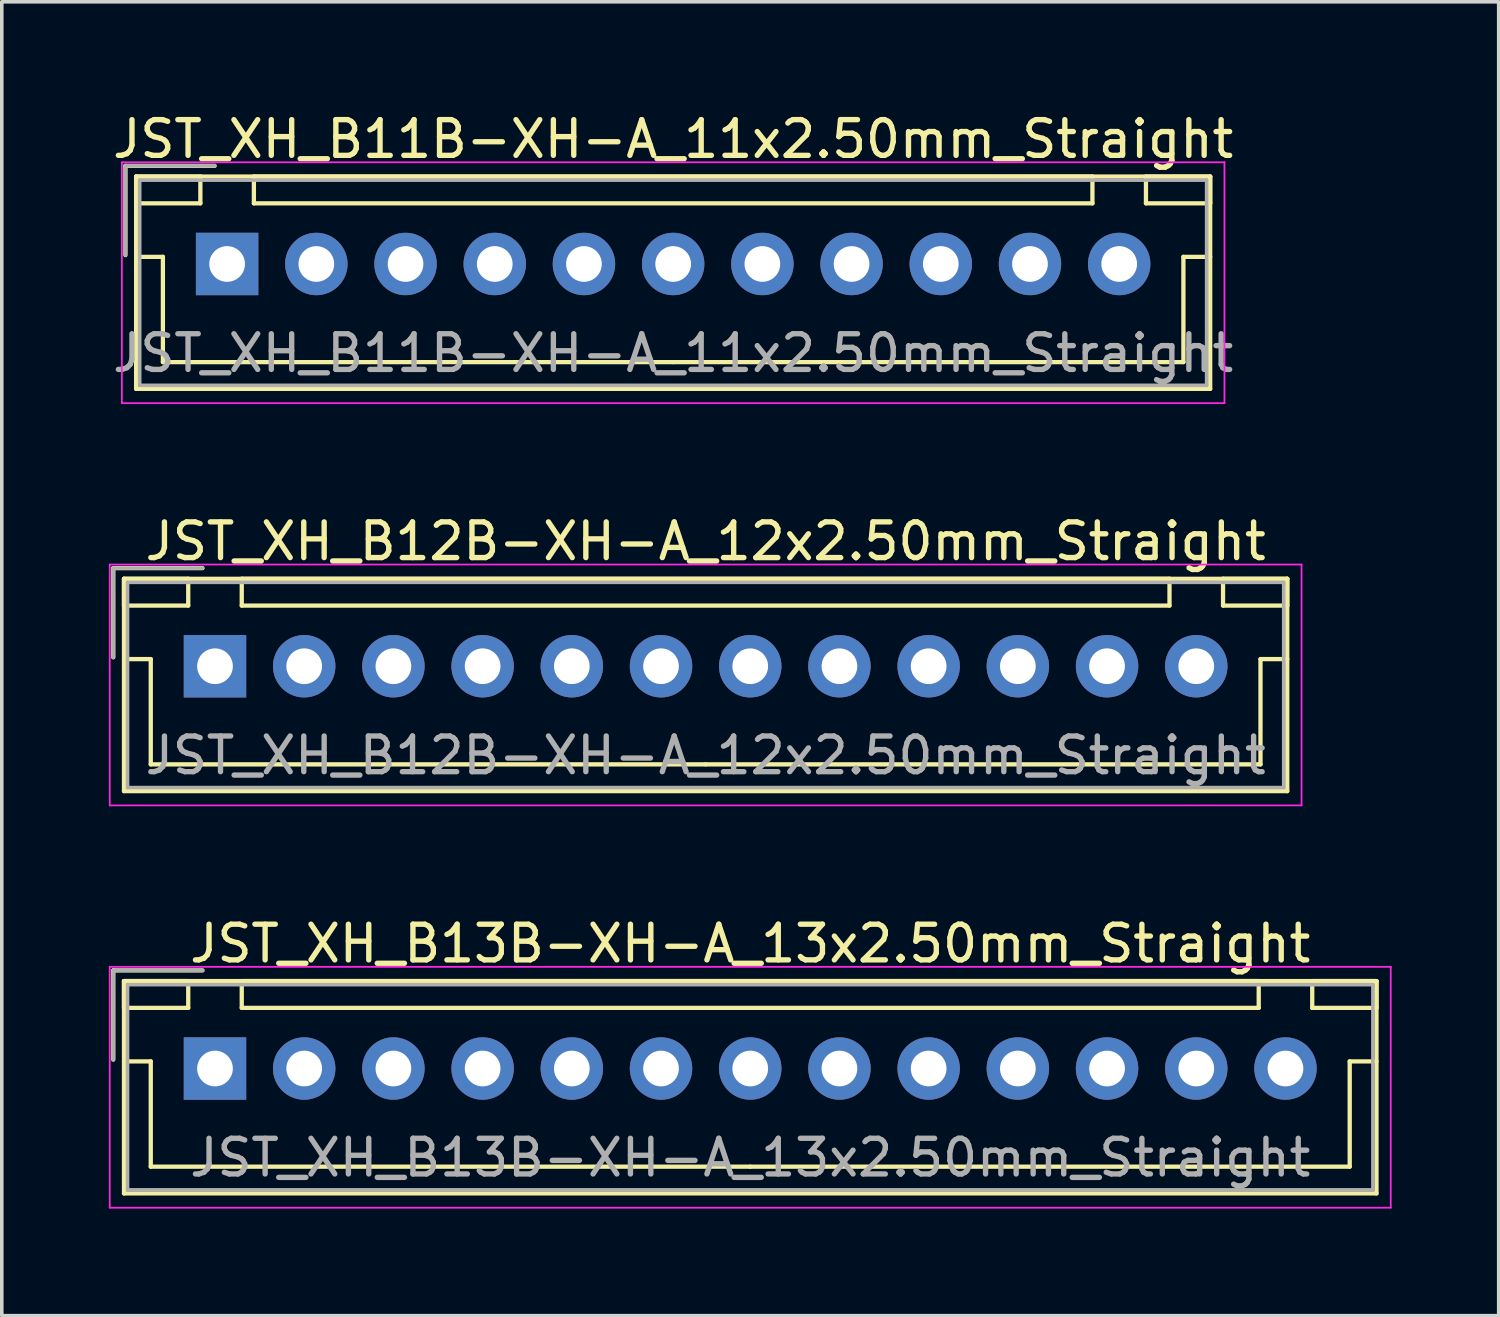
<source format=kicad_pcb>
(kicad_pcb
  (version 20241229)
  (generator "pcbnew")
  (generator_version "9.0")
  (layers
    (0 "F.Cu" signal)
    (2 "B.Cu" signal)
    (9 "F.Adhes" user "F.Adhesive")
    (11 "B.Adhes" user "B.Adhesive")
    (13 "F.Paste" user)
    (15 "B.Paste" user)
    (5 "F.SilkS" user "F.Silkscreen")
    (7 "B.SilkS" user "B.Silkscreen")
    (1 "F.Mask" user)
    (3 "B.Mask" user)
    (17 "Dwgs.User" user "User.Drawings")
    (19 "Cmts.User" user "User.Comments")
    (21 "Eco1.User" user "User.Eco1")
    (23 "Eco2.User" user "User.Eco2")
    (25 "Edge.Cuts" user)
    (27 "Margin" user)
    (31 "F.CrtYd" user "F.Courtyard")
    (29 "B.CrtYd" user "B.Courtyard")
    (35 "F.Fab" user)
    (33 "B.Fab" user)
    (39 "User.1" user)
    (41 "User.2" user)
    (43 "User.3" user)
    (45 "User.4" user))
  (footprint "JST_XH_B12B-XH-A_12x2.50mm_Straight"
    (layer "F.Cu")
    (at 2.975 15.621)
    (property "Reference" "JST_XH_B12B-XH-A_12x2.50mm_Straight" (at 13.75 -3.5 0) (layer "F.SilkS") (effects (font (size 1 1) (thickness 0.15))))
    (attr through_hole)
    (fp_line (start -2.85 -2.75) (end -2.85 -0.25) (stroke (width 0.12) (type solid)) (layer "F.SilkS"))
    (fp_line (start -2.55 -2.45) (end -2.55 -1.7) (stroke (width 0.12) (type solid)) (layer "F.SilkS"))
    (fp_line (start -2.55 -2.45) (end -2.55 3.5) (stroke (width 0.12) (type solid)) (layer "F.SilkS"))
    (fp_line (start -2.55 -1.7) (end -0.75 -1.7) (stroke (width 0.12) (type solid)) (layer "F.SilkS"))
    (fp_line (start -2.55 -0.2) (end -1.8 -0.2) (stroke (width 0.12) (type solid)) (layer "F.SilkS"))
    (fp_line (start -2.55 3.5) (end 30.05 3.5) (stroke (width 0.12) (type solid)) (layer "F.SilkS"))
    (fp_line (start -1.8 -0.2) (end -1.8 2.75) (stroke (width 0.12) (type solid)) (layer "F.SilkS"))
    (fp_line (start -1.8 2.75) (end 13.75 2.75) (stroke (width 0.12) (type solid)) (layer "F.SilkS"))
    (fp_line (start -0.75 -2.45) (end -2.55 -2.45) (stroke (width 0.12) (type solid)) (layer "F.SilkS"))
    (fp_line (start -0.75 -1.7) (end -0.75 -2.45) (stroke (width 0.12) (type solid)) (layer "F.SilkS"))
    (fp_line (start -0.35 -2.75) (end -2.85 -2.75) (stroke (width 0.12) (type solid)) (layer "F.SilkS"))
    (fp_line (start 0.75 -2.45) (end 0.75 -1.7) (stroke (width 0.12) (type solid)) (layer "F.SilkS"))
    (fp_line (start 0.75 -1.7) (end 26.75 -1.7) (stroke (width 0.12) (type solid)) (layer "F.SilkS"))
    (fp_line (start 26.75 -2.45) (end 0.75 -2.45) (stroke (width 0.12) (type solid)) (layer "F.SilkS"))
    (fp_line (start 26.75 -1.7) (end 26.75 -2.45) (stroke (width 0.12) (type solid)) (layer "F.SilkS"))
    (fp_line (start 28.25 -2.45) (end 28.25 -1.7) (stroke (width 0.12) (type solid)) (layer "F.SilkS"))
    (fp_line (start 28.25 -1.7) (end 30.05 -1.7) (stroke (width 0.12) (type solid)) (layer "F.SilkS"))
    (fp_line (start 29.3 -0.2) (end 29.3 2.75) (stroke (width 0.12) (type solid)) (layer "F.SilkS"))
    (fp_line (start 29.3 2.75) (end 13.75 2.75) (stroke (width 0.12) (type solid)) (layer "F.SilkS"))
    (fp_line (start 30.05 -2.45) (end -2.55 -2.45) (stroke (width 0.12) (type solid)) (layer "F.SilkS"))
    (fp_line (start 30.05 -2.45) (end 28.25 -2.45) (stroke (width 0.12) (type solid)) (layer "F.SilkS"))
    (fp_line (start 30.05 -1.7) (end 30.05 -2.45) (stroke (width 0.12) (type solid)) (layer "F.SilkS"))
    (fp_line (start 30.05 -0.2) (end 29.3 -0.2) (stroke (width 0.12) (type solid)) (layer "F.SilkS"))
    (fp_line (start 30.05 3.5) (end 30.05 -2.45) (stroke (width 0.12) (type solid)) (layer "F.SilkS"))
    (fp_line (start -2.95 -2.85) (end -2.95 3.9) (stroke (width 0.05) (type solid)) (layer "F.CrtYd"))
    (fp_line (start -2.95 3.9) (end 30.45 3.9) (stroke (width 0.05) (type solid)) (layer "F.CrtYd"))
    (fp_line (start 30.45 -2.85) (end -2.95 -2.85) (stroke (width 0.05) (type solid)) (layer "F.CrtYd"))
    (fp_line (start 30.45 3.9) (end 30.45 -2.85) (stroke (width 0.05) (type solid)) (layer "F.CrtYd"))
    (fp_line (start -2.85 -2.75) (end -2.85 -0.25) (stroke (width 0.1) (type solid)) (layer "F.Fab"))
    (fp_line (start -2.45 -2.35) (end -2.45 3.4) (stroke (width 0.1) (type solid)) (layer "F.Fab"))
    (fp_line (start -2.45 3.4) (end 29.95 3.4) (stroke (width 0.1) (type solid)) (layer "F.Fab"))
    (fp_line (start -0.35 -2.75) (end -2.85 -2.75) (stroke (width 0.1) (type solid)) (layer "F.Fab"))
    (fp_line (start 29.95 -2.35) (end -2.45 -2.35) (stroke (width 0.1) (type solid)) (layer "F.Fab"))
    (fp_line (start 29.95 3.4) (end 29.95 -2.35) (stroke (width 0.1) (type solid)) (layer "F.Fab"))
    (fp_text user "${REFERENCE}" (at 13.75 2.5 0) (layer "F.Fab") (effects (font (size 1 1) (thickness 0.15))))
    (pad "1" thru_hole rect (at 0 0) (size 1.75 1.75) (drill 1) (layers "*.Cu" "*.Mask"))
    (pad "2" thru_hole circle (at 2.5 0) (size 1.75 1.75) (drill 1) (layers "*.Cu" "*.Mask"))
    (pad "3" thru_hole circle (at 5 0) (size 1.75 1.75) (drill 1) (layers "*.Cu" "*.Mask"))
    (pad "4" thru_hole circle (at 7.5 0) (size 1.75 1.75) (drill 1) (layers "*.Cu" "*.Mask"))
    (pad "5" thru_hole circle (at 10 0) (size 1.75 1.75) (drill 1) (layers "*.Cu" "*.Mask"))
    (pad "6" thru_hole circle (at 12.5 0) (size 1.75 1.75) (drill 1) (layers "*.Cu" "*.Mask"))
    (pad "7" thru_hole circle (at 15 0) (size 1.75 1.75) (drill 1) (layers "*.Cu" "*.Mask"))
    (pad "8" thru_hole circle (at 17.5 0) (size 1.75 1.75) (drill 1) (layers "*.Cu" "*.Mask"))
    (pad "9" thru_hole circle (at 20 0) (size 1.75 1.75) (drill 1) (layers "*.Cu" "*.Mask"))
    (pad "10" thru_hole circle (at 22.5 0) (size 1.75 1.75) (drill 1) (layers "*.Cu" "*.Mask"))
    (pad "11" thru_hole circle (at 25 0) (size 1.75 1.75) (drill 1) (layers "*.Cu" "*.Mask"))
    (pad "12" thru_hole circle (at 27.5 0) (size 1.75 1.75) (drill 1) (layers "*.Cu" "*.Mask")))
  (footprint "JST_XH_B13B-XH-A_13x2.50mm_Straight"
    (layer "F.Cu")
    (at 2.975 26.895)
    (property "Reference" "JST_XH_B13B-XH-A_13x2.50mm_Straight" (at 15 -3.5 0) (layer "F.SilkS") (effects (font (size 1 1) (thickness 0.15))))
    (attr through_hole)
    (fp_line (start -2.85 -2.75) (end -2.85 -0.25) (stroke (width 0.12) (type solid)) (layer "F.SilkS"))
    (fp_line (start -2.55 -2.45) (end -2.55 -1.7) (stroke (width 0.12) (type solid)) (layer "F.SilkS"))
    (fp_line (start -2.55 -2.45) (end -2.55 3.5) (stroke (width 0.12) (type solid)) (layer "F.SilkS"))
    (fp_line (start -2.55 -1.7) (end -0.75 -1.7) (stroke (width 0.12) (type solid)) (layer "F.SilkS"))
    (fp_line (start -2.55 -0.2) (end -1.8 -0.2) (stroke (width 0.12) (type solid)) (layer "F.SilkS"))
    (fp_line (start -2.55 3.5) (end 32.55 3.5) (stroke (width 0.12) (type solid)) (layer "F.SilkS"))
    (fp_line (start -1.8 -0.2) (end -1.8 2.75) (stroke (width 0.12) (type solid)) (layer "F.SilkS"))
    (fp_line (start -1.8 2.75) (end 15 2.75) (stroke (width 0.12) (type solid)) (layer "F.SilkS"))
    (fp_line (start -0.75 -2.45) (end -2.55 -2.45) (stroke (width 0.12) (type solid)) (layer "F.SilkS"))
    (fp_line (start -0.75 -1.7) (end -0.75 -2.45) (stroke (width 0.12) (type solid)) (layer "F.SilkS"))
    (fp_line (start -0.35 -2.75) (end -2.85 -2.75) (stroke (width 0.12) (type solid)) (layer "F.SilkS"))
    (fp_line (start 0.75 -2.45) (end 0.75 -1.7) (stroke (width 0.12) (type solid)) (layer "F.SilkS"))
    (fp_line (start 0.75 -1.7) (end 29.25 -1.7) (stroke (width 0.12) (type solid)) (layer "F.SilkS"))
    (fp_line (start 29.25 -2.45) (end 0.75 -2.45) (stroke (width 0.12) (type solid)) (layer "F.SilkS"))
    (fp_line (start 29.25 -1.7) (end 29.25 -2.45) (stroke (width 0.12) (type solid)) (layer "F.SilkS"))
    (fp_line (start 30.75 -2.45) (end 30.75 -1.7) (stroke (width 0.12) (type solid)) (layer "F.SilkS"))
    (fp_line (start 30.75 -1.7) (end 32.55 -1.7) (stroke (width 0.12) (type solid)) (layer "F.SilkS"))
    (fp_line (start 31.8 -0.2) (end 31.8 2.75) (stroke (width 0.12) (type solid)) (layer "F.SilkS"))
    (fp_line (start 31.8 2.75) (end 15 2.75) (stroke (width 0.12) (type solid)) (layer "F.SilkS"))
    (fp_line (start 32.55 -2.45) (end -2.55 -2.45) (stroke (width 0.12) (type solid)) (layer "F.SilkS"))
    (fp_line (start 32.55 -2.45) (end 30.75 -2.45) (stroke (width 0.12) (type solid)) (layer "F.SilkS"))
    (fp_line (start 32.55 -1.7) (end 32.55 -2.45) (stroke (width 0.12) (type solid)) (layer "F.SilkS"))
    (fp_line (start 32.55 -0.2) (end 31.8 -0.2) (stroke (width 0.12) (type solid)) (layer "F.SilkS"))
    (fp_line (start 32.55 3.5) (end 32.55 -2.45) (stroke (width 0.12) (type solid)) (layer "F.SilkS"))
    (fp_line (start -2.95 -2.85) (end -2.95 3.9) (stroke (width 0.05) (type solid)) (layer "F.CrtYd"))
    (fp_line (start -2.95 3.9) (end 32.95 3.9) (stroke (width 0.05) (type solid)) (layer "F.CrtYd"))
    (fp_line (start 32.95 -2.85) (end -2.95 -2.85) (stroke (width 0.05) (type solid)) (layer "F.CrtYd"))
    (fp_line (start 32.95 3.9) (end 32.95 -2.85) (stroke (width 0.05) (type solid)) (layer "F.CrtYd"))
    (fp_line (start -2.85 -2.75) (end -2.85 -0.25) (stroke (width 0.1) (type solid)) (layer "F.Fab"))
    (fp_line (start -2.45 -2.35) (end -2.45 3.4) (stroke (width 0.1) (type solid)) (layer "F.Fab"))
    (fp_line (start -2.45 3.4) (end 32.45 3.4) (stroke (width 0.1) (type solid)) (layer "F.Fab"))
    (fp_line (start -0.35 -2.75) (end -2.85 -2.75) (stroke (width 0.1) (type solid)) (layer "F.Fab"))
    (fp_line (start 32.45 -2.35) (end -2.45 -2.35) (stroke (width 0.1) (type solid)) (layer "F.Fab"))
    (fp_line (start 32.45 3.4) (end 32.45 -2.35) (stroke (width 0.1) (type solid)) (layer "F.Fab"))
    (fp_text user "${REFERENCE}" (at 15 2.5 0) (layer "F.Fab") (effects (font (size 1 1) (thickness 0.15))))
    (pad "1" thru_hole rect (at 0 0) (size 1.75 1.75) (drill 1) (layers "*.Cu" "*.Mask"))
    (pad "2" thru_hole circle (at 2.5 0) (size 1.75 1.75) (drill 1) (layers "*.Cu" "*.Mask"))
    (pad "3" thru_hole circle (at 5 0) (size 1.75 1.75) (drill 1) (layers "*.Cu" "*.Mask"))
    (pad "4" thru_hole circle (at 7.5 0) (size 1.75 1.75) (drill 1) (layers "*.Cu" "*.Mask"))
    (pad "5" thru_hole circle (at 10 0) (size 1.75 1.75) (drill 1) (layers "*.Cu" "*.Mask"))
    (pad "6" thru_hole circle (at 12.5 0) (size 1.75 1.75) (drill 1) (layers "*.Cu" "*.Mask"))
    (pad "7" thru_hole circle (at 15 0) (size 1.75 1.75) (drill 1) (layers "*.Cu" "*.Mask"))
    (pad "8" thru_hole circle (at 17.5 0) (size 1.75 1.75) (drill 1) (layers "*.Cu" "*.Mask"))
    (pad "9" thru_hole circle (at 20 0) (size 1.75 1.75) (drill 1) (layers "*.Cu" "*.Mask"))
    (pad "10" thru_hole circle (at 22.5 0) (size 1.75 1.75) (drill 1) (layers "*.Cu" "*.Mask"))
    (pad "11" thru_hole circle (at 25 0) (size 1.75 1.75) (drill 1) (layers "*.Cu" "*.Mask"))
    (pad "12" thru_hole circle (at 27.5 0) (size 1.75 1.75) (drill 1) (layers "*.Cu" "*.Mask"))
    (pad "13" thru_hole circle (at 30 0) (size 1.75 1.75) (drill 1) (layers "*.Cu" "*.Mask")))
  (footprint "JST_XH_B11B-XH-A_11x2.50mm_Straight"
    (layer "F.Cu")
    (at 3.315 4.348)
    (property "Reference" "JST_XH_B11B-XH-A_11x2.50mm_Straight" (at 12.5 -3.5 0) (layer "F.SilkS") (effects (font (size 1 1) (thickness 0.15))))
    (attr through_hole)
    (fp_line (start -2.85 -2.75) (end -2.85 -0.25) (stroke (width 0.12) (type solid)) (layer "F.SilkS"))
    (fp_line (start -2.55 -2.45) (end -2.55 -1.7) (stroke (width 0.12) (type solid)) (layer "F.SilkS"))
    (fp_line (start -2.55 -2.45) (end -2.55 3.5) (stroke (width 0.12) (type solid)) (layer "F.SilkS"))
    (fp_line (start -2.55 -1.7) (end -0.75 -1.7) (stroke (width 0.12) (type solid)) (layer "F.SilkS"))
    (fp_line (start -2.55 -0.2) (end -1.8 -0.2) (stroke (width 0.12) (type solid)) (layer "F.SilkS"))
    (fp_line (start -2.55 3.5) (end 27.55 3.5) (stroke (width 0.12) (type solid)) (layer "F.SilkS"))
    (fp_line (start -1.8 -0.2) (end -1.8 2.75) (stroke (width 0.12) (type solid)) (layer "F.SilkS"))
    (fp_line (start -1.8 2.75) (end 12.5 2.75) (stroke (width 0.12) (type solid)) (layer "F.SilkS"))
    (fp_line (start -0.75 -2.45) (end -2.55 -2.45) (stroke (width 0.12) (type solid)) (layer "F.SilkS"))
    (fp_line (start -0.75 -1.7) (end -0.75 -2.45) (stroke (width 0.12) (type solid)) (layer "F.SilkS"))
    (fp_line (start -0.35 -2.75) (end -2.85 -2.75) (stroke (width 0.12) (type solid)) (layer "F.SilkS"))
    (fp_line (start 0.75 -2.45) (end 0.75 -1.7) (stroke (width 0.12) (type solid)) (layer "F.SilkS"))
    (fp_line (start 0.75 -1.7) (end 24.25 -1.7) (stroke (width 0.12) (type solid)) (layer "F.SilkS"))
    (fp_line (start 24.25 -2.45) (end 0.75 -2.45) (stroke (width 0.12) (type solid)) (layer "F.SilkS"))
    (fp_line (start 24.25 -1.7) (end 24.25 -2.45) (stroke (width 0.12) (type solid)) (layer "F.SilkS"))
    (fp_line (start 25.75 -2.45) (end 25.75 -1.7) (stroke (width 0.12) (type solid)) (layer "F.SilkS"))
    (fp_line (start 25.75 -1.7) (end 27.55 -1.7) (stroke (width 0.12) (type solid)) (layer "F.SilkS"))
    (fp_line (start 26.8 -0.2) (end 26.8 2.75) (stroke (width 0.12) (type solid)) (layer "F.SilkS"))
    (fp_line (start 26.8 2.75) (end 12.5 2.75) (stroke (width 0.12) (type solid)) (layer "F.SilkS"))
    (fp_line (start 27.55 -2.45) (end -2.55 -2.45) (stroke (width 0.12) (type solid)) (layer "F.SilkS"))
    (fp_line (start 27.55 -2.45) (end 25.75 -2.45) (stroke (width 0.12) (type solid)) (layer "F.SilkS"))
    (fp_line (start 27.55 -1.7) (end 27.55 -2.45) (stroke (width 0.12) (type solid)) (layer "F.SilkS"))
    (fp_line (start 27.55 -0.2) (end 26.8 -0.2) (stroke (width 0.12) (type solid)) (layer "F.SilkS"))
    (fp_line (start 27.55 3.5) (end 27.55 -2.45) (stroke (width 0.12) (type solid)) (layer "F.SilkS"))
    (fp_line (start -2.95 -2.85) (end -2.95 3.9) (stroke (width 0.05) (type solid)) (layer "F.CrtYd"))
    (fp_line (start -2.95 3.9) (end 27.95 3.9) (stroke (width 0.05) (type solid)) (layer "F.CrtYd"))
    (fp_line (start 27.95 -2.85) (end -2.95 -2.85) (stroke (width 0.05) (type solid)) (layer "F.CrtYd"))
    (fp_line (start 27.95 3.9) (end 27.95 -2.85) (stroke (width 0.05) (type solid)) (layer "F.CrtYd"))
    (fp_line (start -2.85 -2.75) (end -2.85 -0.25) (stroke (width 0.1) (type solid)) (layer "F.Fab"))
    (fp_line (start -2.45 -2.35) (end -2.45 3.4) (stroke (width 0.1) (type solid)) (layer "F.Fab"))
    (fp_line (start -2.45 3.4) (end 27.45 3.4) (stroke (width 0.1) (type solid)) (layer "F.Fab"))
    (fp_line (start -0.35 -2.75) (end -2.85 -2.75) (stroke (width 0.1) (type solid)) (layer "F.Fab"))
    (fp_line (start 27.45 -2.35) (end -2.45 -2.35) (stroke (width 0.1) (type solid)) (layer "F.Fab"))
    (fp_line (start 27.45 3.4) (end 27.45 -2.35) (stroke (width 0.1) (type solid)) (layer "F.Fab"))
    (fp_text user "${REFERENCE}" (at 12.5 2.5 0) (layer "F.Fab") (effects (font (size 1 1) (thickness 0.15))))
    (pad "1" thru_hole rect (at 0 0) (size 1.75 1.75) (drill 1) (layers "*.Cu" "*.Mask"))
    (pad "2" thru_hole circle (at 2.5 0) (size 1.75 1.75) (drill 1) (layers "*.Cu" "*.Mask"))
    (pad "3" thru_hole circle (at 5 0) (size 1.75 1.75) (drill 1) (layers "*.Cu" "*.Mask"))
    (pad "4" thru_hole circle (at 7.5 0) (size 1.75 1.75) (drill 1) (layers "*.Cu" "*.Mask"))
    (pad "5" thru_hole circle (at 10 0) (size 1.75 1.75) (drill 1) (layers "*.Cu" "*.Mask"))
    (pad "6" thru_hole circle (at 12.5 0) (size 1.75 1.75) (drill 1) (layers "*.Cu" "*.Mask"))
    (pad "7" thru_hole circle (at 15 0) (size 1.75 1.75) (drill 1) (layers "*.Cu" "*.Mask"))
    (pad "8" thru_hole circle (at 17.5 0) (size 1.75 1.75) (drill 1) (layers "*.Cu" "*.Mask"))
    (pad "9" thru_hole circle (at 20 0) (size 1.75 1.75) (drill 1) (layers "*.Cu" "*.Mask"))
    (pad "10" thru_hole circle (at 22.5 0) (size 1.75 1.75) (drill 1) (layers "*.Cu" "*.Mask"))
    (pad "11" thru_hole circle (at 25 0) (size 1.75 1.75) (drill 1) (layers "*.Cu" "*.Mask")))
  (gr_rect
    (start -3 -3)
    (end 38.95 33.82)
    (stroke (width 0.1) (type default))
    (fill no)
    (layer "Edge.Cuts")))
</source>
